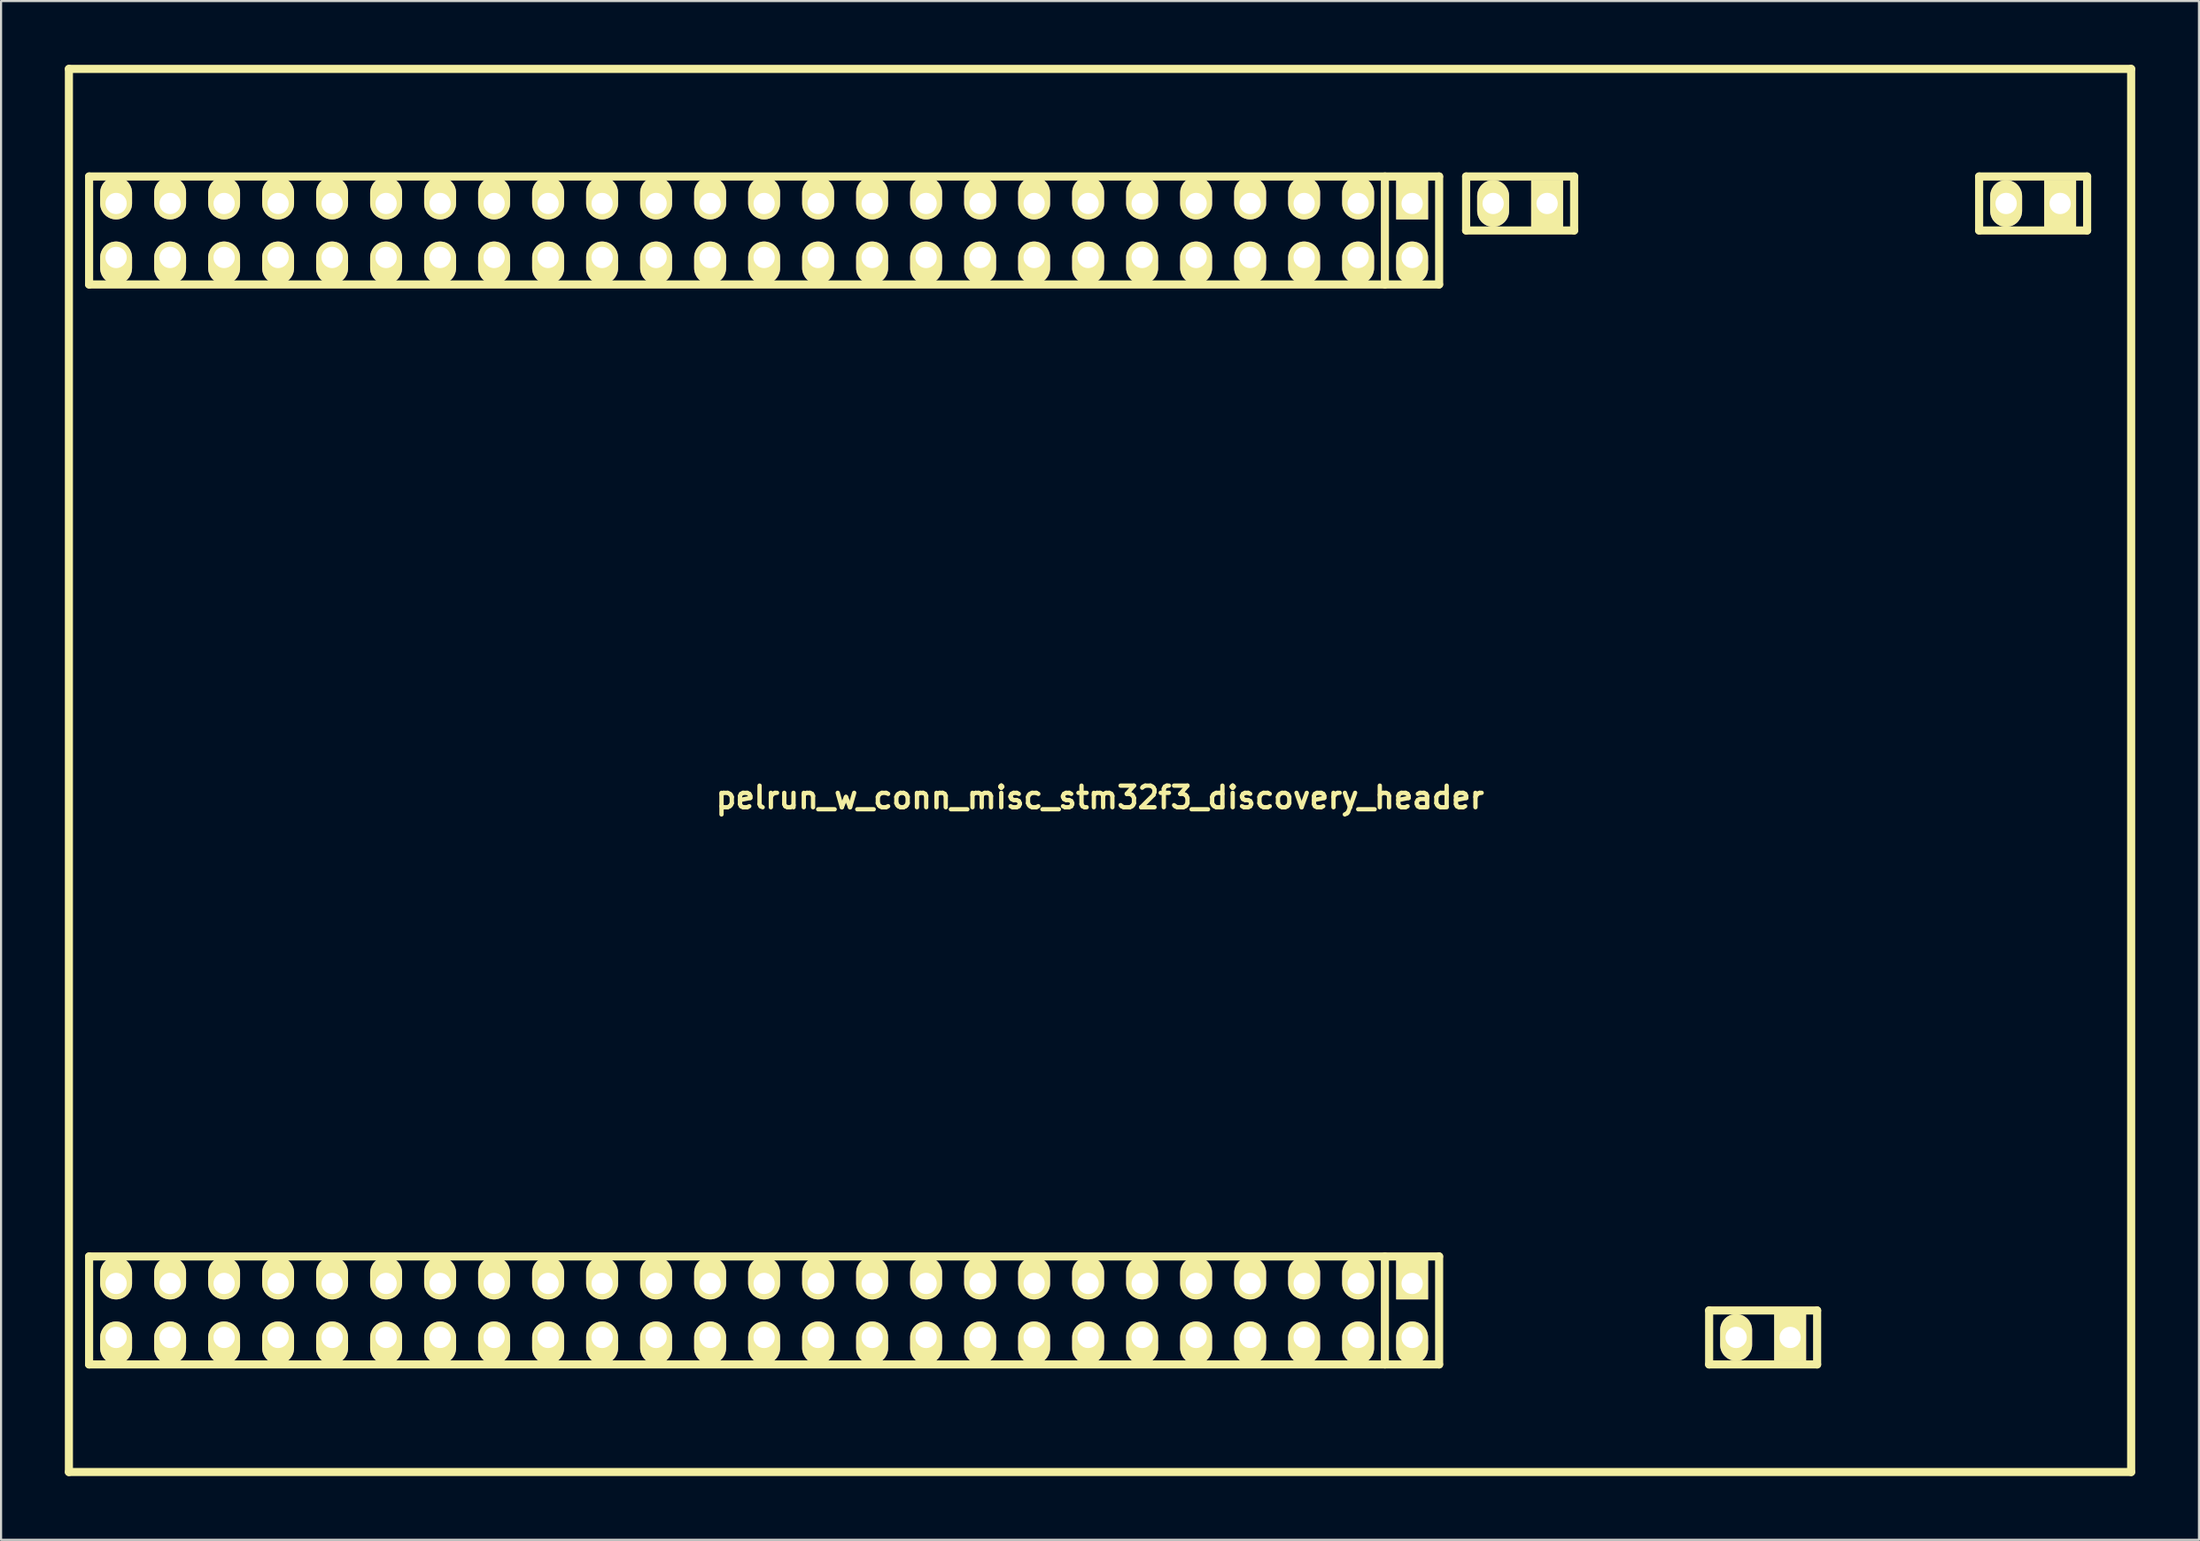
<source format=kicad_pcb>
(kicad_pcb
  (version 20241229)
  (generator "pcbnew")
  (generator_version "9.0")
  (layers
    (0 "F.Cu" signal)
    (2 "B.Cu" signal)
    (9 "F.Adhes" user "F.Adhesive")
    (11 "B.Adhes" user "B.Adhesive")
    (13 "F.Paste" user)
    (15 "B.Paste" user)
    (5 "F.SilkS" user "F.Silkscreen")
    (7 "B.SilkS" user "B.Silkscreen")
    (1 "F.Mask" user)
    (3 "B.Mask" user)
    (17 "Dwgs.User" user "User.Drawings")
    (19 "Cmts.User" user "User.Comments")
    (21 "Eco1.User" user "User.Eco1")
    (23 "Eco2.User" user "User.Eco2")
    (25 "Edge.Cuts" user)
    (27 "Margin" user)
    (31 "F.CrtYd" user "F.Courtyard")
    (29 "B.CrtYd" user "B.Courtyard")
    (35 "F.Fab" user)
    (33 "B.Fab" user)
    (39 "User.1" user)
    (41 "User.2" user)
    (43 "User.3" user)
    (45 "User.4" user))
  (footprint "pelrun_w_conn_misc_stm32f3_discovery_header"
    (layer "F.Cu")
    (at 48.691 33.191)
    (property "Reference" "pelrun_w_conn_misc_stm32f3_discovery_header" (at 0 1.27 0) (layer "F.SilkS") (effects (font (size 1.016 1.016) (thickness 0.203))))
    (attr through_hole)
    (fp_line (start -48.5 33) (end -48.5 -33) (stroke (width 0.381) (type solid)) (layer "F.SilkS"))
    (fp_line (start -48.5 33) (end 48.5 33) (stroke (width 0.381) (type solid)) (layer "F.SilkS"))
    (fp_line (start -47.55 -27.94) (end -47.55 -22.86) (stroke (width 0.381) (type solid)) (layer "F.SilkS"))
    (fp_line (start -47.55 -27.94) (end 15.95 -27.94) (stroke (width 0.381) (type solid)) (layer "F.SilkS"))
    (fp_line (start -47.55 -22.86) (end 15.95 -22.86) (stroke (width 0.381) (type solid)) (layer "F.SilkS"))
    (fp_line (start -47.55 22.86) (end -47.55 27.94) (stroke (width 0.381) (type solid)) (layer "F.SilkS"))
    (fp_line (start -47.55 22.86) (end 15.95 22.86) (stroke (width 0.381) (type solid)) (layer "F.SilkS"))
    (fp_line (start -47.55 27.94) (end 15.95 27.94) (stroke (width 0.381) (type solid)) (layer "F.SilkS"))
    (fp_line (start 13.399 -27.94) (end 13.399 -22.86) (stroke (width 0.381) (type solid)) (layer "F.SilkS"))
    (fp_line (start 13.399 22.86) (end 13.399 27.94) (stroke (width 0.381) (type solid)) (layer "F.SilkS"))
    (fp_line (start 15.95 -27.94) (end 15.95 -22.86) (stroke (width 0.381) (type solid)) (layer "F.SilkS"))
    (fp_line (start 15.95 22.86) (end 15.95 27.94) (stroke (width 0.381) (type solid)) (layer "F.SilkS"))
    (fp_line (start 17.22 -27.94) (end 17.22 -25.4) (stroke (width 0.381) (type solid)) (layer "F.SilkS"))
    (fp_line (start 17.22 -25.4) (end 22.3 -25.4) (stroke (width 0.381) (type solid)) (layer "F.SilkS"))
    (fp_line (start 22.3 -27.94) (end 17.22 -27.94) (stroke (width 0.381) (type solid)) (layer "F.SilkS"))
    (fp_line (start 22.3 -25.4) (end 22.3 -27.94) (stroke (width 0.381) (type solid)) (layer "F.SilkS"))
    (fp_line (start 28.65 25.4) (end 28.65 27.94) (stroke (width 0.381) (type solid)) (layer "F.SilkS"))
    (fp_line (start 28.65 27.94) (end 33.73 27.94) (stroke (width 0.381) (type solid)) (layer "F.SilkS"))
    (fp_line (start 33.73 25.4) (end 28.65 25.4) (stroke (width 0.381) (type solid)) (layer "F.SilkS"))
    (fp_line (start 33.73 27.94) (end 33.73 25.4) (stroke (width 0.381) (type solid)) (layer "F.SilkS"))
    (fp_line (start 41.35 -27.94) (end 41.35 -25.4) (stroke (width 0.381) (type solid)) (layer "F.SilkS"))
    (fp_line (start 41.35 -25.4) (end 46.43 -25.4) (stroke (width 0.381) (type solid)) (layer "F.SilkS"))
    (fp_line (start 46.43 -27.94) (end 41.35 -27.94) (stroke (width 0.381) (type solid)) (layer "F.SilkS"))
    (fp_line (start 46.43 -25.4) (end 46.43 -27.94) (stroke (width 0.381) (type solid)) (layer "F.SilkS"))
    (fp_line (start 48.5 -33) (end -48.5 -33) (stroke (width 0.381) (type solid)) (layer "F.SilkS"))
    (fp_line (start 48.5 33) (end 48.5 -33) (stroke (width 0.381) (type solid)) (layer "F.SilkS"))
    (pad "1" thru_hole rect (at 14.68 -26.67) (size 1.5 2) (drill 1.001 (offset 0 -0.25)) (layers "*.Cu" "*.Mask" "F.SilkS"))
    (pad "2" thru_hole oval (at 14.68 -24.13) (size 1.5 2) (drill 1.001 (offset 0 0.25)) (layers "*.Cu" "*.Mask" "F.SilkS"))
    (pad "3" thru_hole oval (at 12.14 -26.67) (size 1.5 2) (drill 0.998 (offset 0 -0.25)) (layers "*.Cu" "*.Mask" "F.SilkS"))
    (pad "3" thru_hole oval (at 42.62 -26.67) (size 1.5 2.2) (drill 1.001) (layers "*.Cu" "*.Mask" "F.SilkS"))
    (pad "3" thru_hole rect (at 45.16 -26.67) (size 1.5 2.2) (drill 1.001) (layers "*.Cu" "*.Mask" "F.SilkS"))
    (pad "4" thru_hole oval (at 12.14 -24.13) (size 1.5 2) (drill 1.001 (offset 0 0.25)) (layers "*.Cu" "*.Mask" "F.SilkS"))
    (pad "5" thru_hole oval (at 9.6 -26.67) (size 1.5 2) (drill 0.998 (offset 0 -0.25)) (layers "*.Cu" "*.Mask" "F.SilkS"))
    (pad "6" thru_hole oval (at 9.6 -24.13) (size 1.5 2) (drill 1.001 (offset 0 0.25)) (layers "*.Cu" "*.Mask" "F.SilkS"))
    (pad "7" thru_hole oval (at 7.06 -26.67) (size 1.5 2) (drill 0.998 (offset 0 -0.25)) (layers "*.Cu" "*.Mask" "F.SilkS"))
    (pad "8" thru_hole oval (at 7.06 -24.13) (size 1.5 2) (drill 1.001 (offset 0 0.25)) (layers "*.Cu" "*.Mask" "F.SilkS"))
    (pad "9" thru_hole oval (at 4.52 -26.67) (size 1.5 2) (drill 0.998 (offset 0 -0.25)) (layers "*.Cu" "*.Mask" "F.SilkS"))
    (pad "10" thru_hole oval (at 4.52 -24.13) (size 1.5 2) (drill 1.001 (offset 0 0.25)) (layers "*.Cu" "*.Mask" "F.SilkS"))
    (pad "11" thru_hole oval (at 1.98 -26.67) (size 1.5 2) (drill 0.998 (offset 0 -0.25)) (layers "*.Cu" "*.Mask" "F.SilkS"))
    (pad "12" thru_hole oval (at 1.98 -24.13) (size 1.5 2) (drill 1.001 (offset 0 0.25)) (layers "*.Cu" "*.Mask" "F.SilkS"))
    (pad "13" thru_hole oval (at -0.56 -26.67) (size 1.5 2) (drill 0.998 (offset 0 -0.25)) (layers "*.Cu" "*.Mask" "F.SilkS"))
    (pad "14" thru_hole oval (at -0.56 -24.13) (size 1.5 2) (drill 1.001 (offset 0 0.25)) (layers "*.Cu" "*.Mask" "F.SilkS"))
    (pad "15" thru_hole oval (at -3.1 -26.67) (size 1.5 2) (drill 0.998 (offset 0 -0.25)) (layers "*.Cu" "*.Mask" "F.SilkS"))
    (pad "16" thru_hole oval (at -3.1 -24.13) (size 1.5 2) (drill 1.001 (offset 0 0.25)) (layers "*.Cu" "*.Mask" "F.SilkS"))
    (pad "17" thru_hole oval (at -5.64 -26.67) (size 1.5 2) (drill 0.998 (offset 0 -0.25)) (layers "*.Cu" "*.Mask" "F.SilkS"))
    (pad "18" thru_hole oval (at -5.64 -24.13) (size 1.5 2) (drill 1.001 (offset 0 0.25)) (layers "*.Cu" "*.Mask" "F.SilkS"))
    (pad "19" thru_hole oval (at -8.18 -26.67) (size 1.5 2) (drill 0.998 (offset 0 -0.25)) (layers "*.Cu" "*.Mask" "F.SilkS"))
    (pad "20" thru_hole oval (at -8.18 -24.13) (size 1.5 2) (drill 1.001 (offset 0 0.25)) (layers "*.Cu" "*.Mask" "F.SilkS"))
    (pad "21" thru_hole oval (at -10.72 -26.67) (size 1.5 2) (drill 0.998 (offset 0 -0.25)) (layers "*.Cu" "*.Mask" "F.SilkS"))
    (pad "22" thru_hole oval (at -10.72 -24.13) (size 1.5 2) (drill 1.001 (offset 0 0.25)) (layers "*.Cu" "*.Mask" "F.SilkS"))
    (pad "23" thru_hole oval (at -13.26 -26.67) (size 1.5 2) (drill 0.998 (offset 0 -0.25)) (layers "*.Cu" "*.Mask" "F.SilkS"))
    (pad "24" thru_hole oval (at -13.26 -24.13) (size 1.5 2) (drill 1.001 (offset 0 0.25)) (layers "*.Cu" "*.Mask" "F.SilkS"))
    (pad "25" thru_hole oval (at -15.8 -26.67) (size 1.5 2) (drill 0.998 (offset 0 -0.25)) (layers "*.Cu" "*.Mask" "F.SilkS"))
    (pad "26" thru_hole oval (at -15.8 -24.13) (size 1.5 2) (drill 1.001 (offset 0 0.25)) (layers "*.Cu" "*.Mask" "F.SilkS"))
    (pad "27" thru_hole oval (at -18.34 -26.67) (size 1.5 2) (drill 0.998 (offset 0 -0.25)) (layers "*.Cu" "*.Mask" "F.SilkS"))
    (pad "28" thru_hole oval (at -18.34 -24.13) (size 1.5 2) (drill 1.001 (offset 0 0.25)) (layers "*.Cu" "*.Mask" "F.SilkS"))
    (pad "29" thru_hole oval (at -20.88 -26.67) (size 1.5 2) (drill 0.998 (offset 0 -0.25)) (layers "*.Cu" "*.Mask" "F.SilkS"))
    (pad "30" thru_hole oval (at -20.88 -24.13) (size 1.5 2) (drill 1.001 (offset 0 0.25)) (layers "*.Cu" "*.Mask" "F.SilkS"))
    (pad "31" thru_hole oval (at -23.42 -26.67) (size 1.5 2) (drill 0.998 (offset 0 -0.25)) (layers "*.Cu" "*.Mask" "F.SilkS"))
    (pad "32" thru_hole oval (at -23.42 -24.13) (size 1.5 2) (drill 1.001 (offset 0 0.25)) (layers "*.Cu" "*.Mask" "F.SilkS"))
    (pad "33" thru_hole oval (at -25.96 -26.67) (size 1.5 2) (drill 0.998 (offset 0 -0.25)) (layers "*.Cu" "*.Mask" "F.SilkS"))
    (pad "34" thru_hole oval (at -25.96 -24.13) (size 1.5 2) (drill 1.001 (offset 0 0.25)) (layers "*.Cu" "*.Mask" "F.SilkS"))
    (pad "35" thru_hole oval (at -28.5 -26.67) (size 1.5 2) (drill 0.998 (offset 0 -0.25)) (layers "*.Cu" "*.Mask" "F.SilkS"))
    (pad "36" thru_hole oval (at -28.5 -24.13) (size 1.5 2) (drill 1.001 (offset 0 0.25)) (layers "*.Cu" "*.Mask" "F.SilkS"))
    (pad "37" thru_hole oval (at -31.04 -26.67) (size 1.5 2) (drill 0.998 (offset 0 -0.25)) (layers "*.Cu" "*.Mask" "F.SilkS"))
    (pad "38" thru_hole oval (at -31.04 -24.13) (size 1.5 2) (drill 1.001 (offset 0 0.25)) (layers "*.Cu" "*.Mask" "F.SilkS"))
    (pad "39" thru_hole oval (at -33.58 -26.67) (size 1.5 2) (drill 0.998 (offset 0 -0.25)) (layers "*.Cu" "*.Mask" "F.SilkS"))
    (pad "40" thru_hole oval (at -33.58 -24.13) (size 1.5 2) (drill 1.001 (offset 0 0.25)) (layers "*.Cu" "*.Mask" "F.SilkS"))
    (pad "41" thru_hole oval (at -36.12 -26.67) (size 1.5 2) (drill 0.998 (offset 0 -0.25)) (layers "*.Cu" "*.Mask" "F.SilkS"))
    (pad "42" thru_hole oval (at -36.12 -24.13) (size 1.5 2) (drill 1.001 (offset 0 0.25)) (layers "*.Cu" "*.Mask" "F.SilkS"))
    (pad "43" thru_hole oval (at -38.66 -26.67) (size 1.5 2) (drill 0.998 (offset 0 -0.25)) (layers "*.Cu" "*.Mask" "F.SilkS"))
    (pad "44" thru_hole oval (at -38.66 -24.13) (size 1.5 2) (drill 1.001 (offset 0 0.25)) (layers "*.Cu" "*.Mask" "F.SilkS"))
    (pad "45" thru_hole oval (at -41.2 -26.67) (size 1.5 2) (drill 0.998 (offset 0 -0.25)) (layers "*.Cu" "*.Mask" "F.SilkS"))
    (pad "46" thru_hole oval (at -41.2 -24.13) (size 1.5 2) (drill 1.001 (offset 0 0.25)) (layers "*.Cu" "*.Mask" "F.SilkS"))
    (pad "47" thru_hole oval (at -43.74 -26.67) (size 1.5 2) (drill 0.998 (offset 0 -0.25)) (layers "*.Cu" "*.Mask" "F.SilkS"))
    (pad "48" thru_hole oval (at -43.74 -24.13) (size 1.5 2) (drill 1.001 (offset 0 0.25)) (layers "*.Cu" "*.Mask" "F.SilkS"))
    (pad "49" thru_hole oval (at -46.28 -26.67) (size 1.5 2) (drill 0.998 (offset 0 -0.25)) (layers "*.Cu" "*.Mask" "F.SilkS"))
    (pad "49" thru_hole rect (at 21.03 -26.67) (size 1.5 2.2) (drill 1.001) (layers "*.Cu" "*.Mask" "F.SilkS"))
    (pad "50" thru_hole oval (at -46.28 -24.13) (size 1.5 2) (drill 1.001 (offset 0 0.25)) (layers "*.Cu" "*.Mask" "F.SilkS"))
    (pad "50" thru_hole oval (at 18.49 -26.67) (size 1.5 2.2) (drill 1.001) (layers "*.Cu" "*.Mask" "F.SilkS"))
    (pad "51" thru_hole oval (at -46.28 24.13) (size 1.5 2) (drill 0.998 (offset 0 -0.25)) (layers "*.Cu" "*.Mask" "F.SilkS"))
    (pad "51" thru_hole rect (at 32.46 26.67) (size 1.5 2.2) (drill 1.001) (layers "*.Cu" "*.Mask" "F.SilkS"))
    (pad "52" thru_hole oval (at -46.28 26.67) (size 1.5 2) (drill 1.001 (offset 0 0.25)) (layers "*.Cu" "*.Mask" "F.SilkS"))
    (pad "52" thru_hole oval (at 29.92 26.67) (size 1.5 2.2) (drill 1.001) (layers "*.Cu" "*.Mask" "F.SilkS"))
    (pad "53" thru_hole oval (at -43.74 24.13) (size 1.5 2) (drill 0.998 (offset 0 -0.25)) (layers "*.Cu" "*.Mask" "F.SilkS"))
    (pad "54" thru_hole oval (at -43.74 26.67) (size 1.5 2) (drill 1.001 (offset 0 0.25)) (layers "*.Cu" "*.Mask" "F.SilkS"))
    (pad "55" thru_hole oval (at -41.2 24.13) (size 1.5 2) (drill 0.998 (offset 0 -0.25)) (layers "*.Cu" "*.Mask" "F.SilkS"))
    (pad "56" thru_hole oval (at -41.2 26.67) (size 1.5 2) (drill 1.001 (offset 0 0.25)) (layers "*.Cu" "*.Mask" "F.SilkS"))
    (pad "57" thru_hole oval (at -38.66 24.13) (size 1.5 2) (drill 0.998 (offset 0 -0.25)) (layers "*.Cu" "*.Mask" "F.SilkS"))
    (pad "58" thru_hole oval (at -38.66 26.67) (size 1.5 2) (drill 1.001 (offset 0 0.25)) (layers "*.Cu" "*.Mask" "F.SilkS"))
    (pad "59" thru_hole oval (at -36.12 24.13) (size 1.5 2) (drill 0.998 (offset 0 -0.25)) (layers "*.Cu" "*.Mask" "F.SilkS"))
    (pad "60" thru_hole oval (at -36.12 26.67) (size 1.5 2) (drill 1.001 (offset 0 0.25)) (layers "*.Cu" "*.Mask" "F.SilkS"))
    (pad "61" thru_hole oval (at -33.58 24.13) (size 1.5 2) (drill 0.998 (offset 0 -0.25)) (layers "*.Cu" "*.Mask" "F.SilkS"))
    (pad "62" thru_hole oval (at -33.58 26.67) (size 1.5 2) (drill 1.001 (offset 0 0.25)) (layers "*.Cu" "*.Mask" "F.SilkS"))
    (pad "63" thru_hole oval (at -31.04 24.13) (size 1.5 2) (drill 0.998 (offset 0 -0.25)) (layers "*.Cu" "*.Mask" "F.SilkS"))
    (pad "64" thru_hole oval (at -31.04 26.67) (size 1.5 2) (drill 1.001 (offset 0 0.25)) (layers "*.Cu" "*.Mask" "F.SilkS"))
    (pad "65" thru_hole oval (at -28.5 24.13) (size 1.5 2) (drill 0.998 (offset 0 -0.25)) (layers "*.Cu" "*.Mask" "F.SilkS"))
    (pad "66" thru_hole oval (at -28.5 26.67) (size 1.5 2) (drill 1.001 (offset 0 0.25)) (layers "*.Cu" "*.Mask" "F.SilkS"))
    (pad "67" thru_hole oval (at -25.96 24.13) (size 1.5 2) (drill 0.998 (offset 0 -0.25)) (layers "*.Cu" "*.Mask" "F.SilkS"))
    (pad "68" thru_hole oval (at -25.96 26.67) (size 1.5 2) (drill 1.001 (offset 0 0.25)) (layers "*.Cu" "*.Mask" "F.SilkS"))
    (pad "69" thru_hole oval (at -23.42 24.13) (size 1.5 2) (drill 0.998 (offset 0 -0.25)) (layers "*.Cu" "*.Mask" "F.SilkS"))
    (pad "70" thru_hole oval (at -23.42 26.67) (size 1.5 2) (drill 1.001 (offset 0 0.25)) (layers "*.Cu" "*.Mask" "F.SilkS"))
    (pad "71" thru_hole oval (at -20.88 24.13) (size 1.5 2) (drill 0.998 (offset 0 -0.25)) (layers "*.Cu" "*.Mask" "F.SilkS"))
    (pad "72" thru_hole oval (at -20.88 26.67) (size 1.5 2) (drill 1.001 (offset 0 0.25)) (layers "*.Cu" "*.Mask" "F.SilkS"))
    (pad "73" thru_hole oval (at -18.34 24.13) (size 1.5 2) (drill 0.998 (offset 0 -0.25)) (layers "*.Cu" "*.Mask" "F.SilkS"))
    (pad "74" thru_hole oval (at -18.34 26.67) (size 1.5 2) (drill 1.001 (offset 0 0.25)) (layers "*.Cu" "*.Mask" "F.SilkS"))
    (pad "75" thru_hole oval (at -15.8 24.13) (size 1.5 2) (drill 0.998 (offset 0 -0.25)) (layers "*.Cu" "*.Mask" "F.SilkS"))
    (pad "76" thru_hole oval (at -15.8 26.67) (size 1.5 2) (drill 1.001 (offset 0 0.25)) (layers "*.Cu" "*.Mask" "F.SilkS"))
    (pad "77" thru_hole oval (at -13.26 24.13) (size 1.5 2) (drill 0.998 (offset 0 -0.25)) (layers "*.Cu" "*.Mask" "F.SilkS"))
    (pad "78" thru_hole oval (at -13.26 26.67) (size 1.5 2) (drill 1.001 (offset 0 0.25)) (layers "*.Cu" "*.Mask" "F.SilkS"))
    (pad "79" thru_hole oval (at -10.72 24.13) (size 1.5 2) (drill 0.998 (offset 0 -0.25)) (layers "*.Cu" "*.Mask" "F.SilkS"))
    (pad "80" thru_hole oval (at -10.72 26.67) (size 1.5 2) (drill 1.001 (offset 0 0.25)) (layers "*.Cu" "*.Mask" "F.SilkS"))
    (pad "81" thru_hole oval (at -8.18 24.13) (size 1.5 2) (drill 0.998 (offset 0 -0.25)) (layers "*.Cu" "*.Mask" "F.SilkS"))
    (pad "82" thru_hole oval (at -8.18 26.67) (size 1.5 2) (drill 1.001 (offset 0 0.25)) (layers "*.Cu" "*.Mask" "F.SilkS"))
    (pad "83" thru_hole oval (at -5.64 24.13) (size 1.5 2) (drill 0.998 (offset 0 -0.25)) (layers "*.Cu" "*.Mask" "F.SilkS"))
    (pad "84" thru_hole oval (at -5.64 26.67) (size 1.5 2) (drill 1.001 (offset 0 0.25)) (layers "*.Cu" "*.Mask" "F.SilkS"))
    (pad "85" thru_hole oval (at -3.1 24.13) (size 1.5 2) (drill 0.998 (offset 0 -0.25)) (layers "*.Cu" "*.Mask" "F.SilkS"))
    (pad "86" thru_hole oval (at -3.1 26.67) (size 1.5 2) (drill 1.001 (offset 0 0.25)) (layers "*.Cu" "*.Mask" "F.SilkS"))
    (pad "87" thru_hole oval (at -0.56 24.13) (size 1.5 2) (drill 0.998 (offset 0 -0.25)) (layers "*.Cu" "*.Mask" "F.SilkS"))
    (pad "88" thru_hole oval (at -0.56 26.67) (size 1.5 2) (drill 1.001 (offset 0 0.25)) (layers "*.Cu" "*.Mask" "F.SilkS"))
    (pad "89" thru_hole oval (at 1.98 24.13) (size 1.5 2) (drill 0.998 (offset 0 -0.25)) (layers "*.Cu" "*.Mask" "F.SilkS"))
    (pad "90" thru_hole oval (at 1.98 26.67) (size 1.5 2) (drill 1.001 (offset 0 0.25)) (layers "*.Cu" "*.Mask" "F.SilkS"))
    (pad "91" thru_hole oval (at 4.52 24.13) (size 1.5 2) (drill 0.998 (offset 0 -0.25)) (layers "*.Cu" "*.Mask" "F.SilkS"))
    (pad "92" thru_hole oval (at 4.52 26.67) (size 1.5 2) (drill 1.001 (offset 0 0.25)) (layers "*.Cu" "*.Mask" "F.SilkS"))
    (pad "93" thru_hole oval (at 7.06 24.13) (size 1.5 2) (drill 0.998 (offset 0 -0.25)) (layers "*.Cu" "*.Mask" "F.SilkS"))
    (pad "94" thru_hole oval (at 7.06 26.67) (size 1.5 2) (drill 1.001 (offset 0 0.25)) (layers "*.Cu" "*.Mask" "F.SilkS"))
    (pad "95" thru_hole oval (at 9.6 24.13) (size 1.5 2) (drill 0.998 (offset 0 -0.25)) (layers "*.Cu" "*.Mask" "F.SilkS"))
    (pad "96" thru_hole oval (at 9.6 26.67) (size 1.5 2) (drill 1.001 (offset 0 0.25)) (layers "*.Cu" "*.Mask" "F.SilkS"))
    (pad "97" thru_hole oval (at 12.14 24.13) (size 1.5 2) (drill 0.998 (offset 0 -0.25)) (layers "*.Cu" "*.Mask" "F.SilkS"))
    (pad "98" thru_hole oval (at 12.14 26.67) (size 1.5 2) (drill 1.001 (offset 0 0.25)) (layers "*.Cu" "*.Mask" "F.SilkS"))
    (pad "99" thru_hole rect (at 14.68 24.13) (size 1.5 2) (drill 1.001 (offset 0 -0.25)) (layers "*.Cu" "*.Mask" "F.SilkS"))
    (pad "100" thru_hole oval (at 14.68 26.67) (size 1.5 2) (drill 1.001 (offset 0 0.25)) (layers "*.Cu" "*.Mask" "F.SilkS")))
  (gr_rect
    (start -3 -3)
    (end 100.381 69.381)
    (stroke (width 0.1) (type default))
    (fill no)
    (layer "Edge.Cuts")))
</source>
